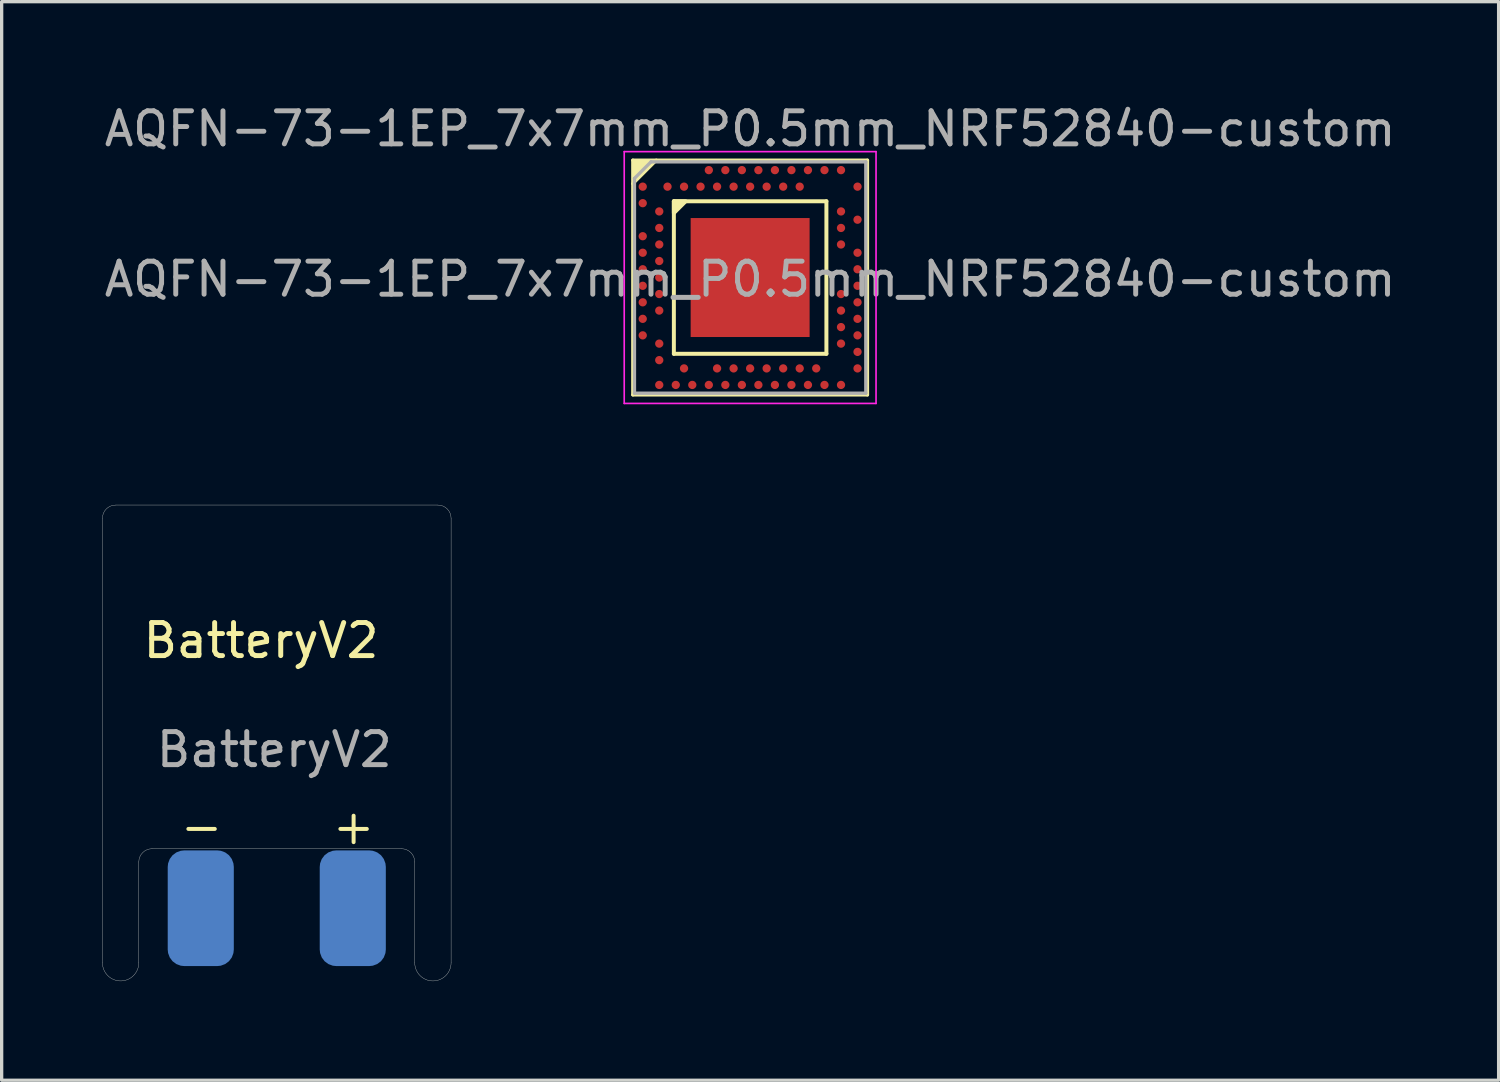
<source format=kicad_pcb>
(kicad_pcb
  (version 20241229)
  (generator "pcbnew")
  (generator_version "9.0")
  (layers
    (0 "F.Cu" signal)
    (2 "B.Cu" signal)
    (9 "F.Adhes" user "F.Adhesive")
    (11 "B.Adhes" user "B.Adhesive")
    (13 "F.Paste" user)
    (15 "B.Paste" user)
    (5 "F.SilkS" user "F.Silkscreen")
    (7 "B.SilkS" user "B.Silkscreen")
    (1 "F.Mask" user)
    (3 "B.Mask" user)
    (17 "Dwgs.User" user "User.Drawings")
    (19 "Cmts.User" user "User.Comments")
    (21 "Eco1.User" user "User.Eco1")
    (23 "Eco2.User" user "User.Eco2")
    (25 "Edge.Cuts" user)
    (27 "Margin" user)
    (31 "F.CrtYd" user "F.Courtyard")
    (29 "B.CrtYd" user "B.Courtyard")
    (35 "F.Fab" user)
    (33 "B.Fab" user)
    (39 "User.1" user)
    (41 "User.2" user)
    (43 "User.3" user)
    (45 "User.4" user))
  (footprint "AQFN-73-1EP_7x7mm_P0.5mm_NRF52840-custom"
    (layer "F.Cu")
    (at 19.649 5.348)
    (property "Reference" "AQFN-73-1EP_7x7mm_P0.5mm_NRF52840-custom" (at 0 -4.5 0) (layer "F.Fab") (effects (font (size 1 1) (thickness 0.15))))
    (attr smd)
    (fp_line (start -3.55 -3.55) (end 3.55 -3.55) (stroke (width 0.1) (type solid)) (layer "F.SilkS"))
    (fp_line (start -3.55 -2.84) (end -2.84 -3.55) (stroke (width 0.1) (type solid)) (layer "F.SilkS"))
    (fp_line (start -3.55 3.55) (end -3.55 -3.55) (stroke (width 0.1) (type solid)) (layer "F.SilkS"))
    (fp_line (start -2.308 -2.308) (end -2.308 2.308) (stroke (width 0.12) (type solid)) (layer "F.SilkS"))
    (fp_line (start -2.308 2.308) (end 2.308 2.308) (stroke (width 0.12) (type solid)) (layer "F.SilkS"))
    (fp_line (start 2.308 -2.308) (end -2.308 -2.308) (stroke (width 0.12) (type solid)) (layer "F.SilkS"))
    (fp_line (start 2.308 2.308) (end 2.308 -2.308) (stroke (width 0.12) (type solid)) (layer "F.SilkS"))
    (fp_line (start 3.55 -3.55) (end 3.55 3.55) (stroke (width 0.1) (type solid)) (layer "F.SilkS"))
    (fp_line (start 3.55 3.55) (end -3.55 3.55) (stroke (width 0.1) (type solid)) (layer "F.SilkS"))
    (fp_poly (pts (xy -3.55 -2.84) (xy -3.55 -3.55) (xy -2.84 -3.55)) (stroke (width 0) (type solid)) (fill yes) (layer "F.SilkS"))
    (fp_poly (pts (xy -2.308 -1.952) (xy -2.308 -2.308) (xy -1.952 -2.308)) (stroke (width 0.12) (type solid)) (fill yes) (layer "F.SilkS"))
    (fp_line (start -3.81 -3.81) (end 3.81 -3.81) (stroke (width 0.05) (type solid)) (layer "F.CrtYd"))
    (fp_line (start -3.81 3.81) (end -3.81 -3.81) (stroke (width 0.05) (type solid)) (layer "F.CrtYd"))
    (fp_line (start 3.81 -3.81) (end 3.81 3.81) (stroke (width 0.05) (type solid)) (layer "F.CrtYd"))
    (fp_line (start 3.81 3.81) (end -3.81 3.81) (stroke (width 0.05) (type solid)) (layer "F.CrtYd"))
    (fp_line (start -3.5 -3) (end -3.5 3.5) (stroke (width 0.1) (type solid)) (layer "F.Fab"))
    (fp_line (start -3.5 -3) (end -3 -3.5) (stroke (width 0.1) (type solid)) (layer "F.Fab"))
    (fp_line (start -3.5 3.5) (end 3.5 3.5) (stroke (width 0.1) (type solid)) (layer "F.Fab"))
    (fp_line (start -3 -3.5) (end 3.5 -3.5) (stroke (width 0.1) (type solid)) (layer "F.Fab"))
    (fp_line (start 3.5 -3.5) (end 3.5 3.5) (stroke (width 0.1) (type solid)) (layer "F.Fab"))
    (fp_text user "${REFERENCE}" (at 0 0.05 0) (layer "F.Fab") (effects (font (size 1 1) (thickness 0.15))))
    (pad "" smd roundrect (at -1.5 -1.5 180) (size 0.575 0.575) (layers "F.Paste") (roundrect_rratio 0.15))
    (pad "" smd roundrect (at -1.5 -0.5 180) (size 0.575 0.575) (layers "F.Paste") (roundrect_rratio 0.15))
    (pad "" smd roundrect (at -1.5 0.5 180) (size 0.575 0.575) (layers "F.Paste") (roundrect_rratio 0.15))
    (pad "" smd roundrect (at -1.5 1.5 180) (size 0.575 0.575) (layers "F.Paste") (roundrect_rratio 0.15))
    (pad "" smd roundrect (at -0.5 -1.5 180) (size 0.575 0.575) (layers "F.Paste") (roundrect_rratio 0.15))
    (pad "" smd roundrect (at -0.5 -0.5 180) (size 0.575 0.575) (layers "F.Paste") (roundrect_rratio 0.15))
    (pad "" smd roundrect (at -0.5 0.5 180) (size 0.575 0.575) (layers "F.Paste") (roundrect_rratio 0.15))
    (pad "" smd roundrect (at -0.5 1.5 180) (size 0.575 0.575) (layers "F.Paste") (roundrect_rratio 0.15))
    (pad "" smd roundrect (at 0.5 -1.5 180) (size 0.575 0.575) (layers "F.Paste") (roundrect_rratio 0.15))
    (pad "" smd roundrect (at 0.5 -0.5 180) (size 0.575 0.575) (layers "F.Paste") (roundrect_rratio 0.15))
    (pad "" smd roundrect (at 0.5 0.5 180) (size 0.575 0.575) (layers "F.Paste") (roundrect_rratio 0.15))
    (pad "" smd roundrect (at 0.5 1.5 180) (size 0.575 0.575) (layers "F.Paste") (roundrect_rratio 0.15))
    (pad "" smd roundrect (at 1.5 -1.5 180) (size 0.575 0.575) (layers "F.Paste") (roundrect_rratio 0.15))
    (pad "" smd roundrect (at 1.5 -0.5 180) (size 0.575 0.575) (layers "F.Paste") (roundrect_rratio 0.15))
    (pad "" smd roundrect (at 1.5 0.5 180) (size 0.575 0.575) (layers "F.Paste") (roundrect_rratio 0.15))
    (pad "" smd roundrect (at 1.5 1.5 180) (size 0.575 0.575) (layers "F.Paste") (roundrect_rratio 0.15))
    (pad "A8" smd circle (at -1.25 -3.25 180) (size 0.25 0.25) (layers "F.Cu" "F.Mask" "F.Paste"))
    (pad "A10" smd circle (at -0.75 -3.25 180) (size 0.25 0.25) (layers "F.Cu" "F.Mask" "F.Paste"))
    (pad "A12" smd circle (at -0.25 -3.25 180) (size 0.25 0.25) (layers "F.Cu" "F.Mask" "F.Paste"))
    (pad "A14" smd circle (at 0.25 -3.25 180) (size 0.25 0.25) (layers "F.Cu" "F.Mask" "F.Paste"))
    (pad "A16" smd circle (at 0.75 -3.25 180) (size 0.25 0.25) (layers "F.Cu" "F.Mask" "F.Paste"))
    (pad "A18" smd circle (at 1.25 -3.25 180) (size 0.25 0.25) (layers "F.Cu" "F.Mask" "F.Paste"))
    (pad "A20" smd circle (at 1.75 -3.25 180) (size 0.25 0.25) (layers "F.Cu" "F.Mask" "F.Paste"))
    (pad "A22" smd circle (at 2.25 -3.25 180) (size 0.25 0.25) (layers "F.Cu" "F.Mask" "F.Paste"))
    (pad "A23" smd circle (at 2.75 -3.25 180) (size 0.25 0.25) (layers "F.Cu" "F.Mask" "F.Paste"))
    (pad "AA24" smd circle (at 3.25 2.25 180) (size 0.25 0.25) (layers "F.Cu" "F.Mask" "F.Paste"))
    (pad "AB2" smd circle (at -2.75 2.5 180) (size 0.25 0.25) (layers "F.Cu" "F.Mask" "F.Paste"))
    (pad "AC5" smd circle (at -2 2.75 180) (size 0.25 0.25) (layers "F.Cu" "F.Mask" "F.Paste"))
    (pad "AC9" smd circle (at -1 2.75 180) (size 0.25 0.25) (layers "F.Cu" "F.Mask" "F.Paste"))
    (pad "AC11" smd circle (at -0.5 2.75 180) (size 0.25 0.25) (layers "F.Cu" "F.Mask" "F.Paste"))
    (pad "AC13" smd circle (at 0 2.75 180) (size 0.25 0.25) (layers "F.Cu" "F.Mask" "F.Paste"))
    (pad "AC15" smd circle (at 0.5 2.75 180) (size 0.25 0.25) (layers "F.Cu" "F.Mask" "F.Paste"))
    (pad "AC17" smd circle (at 1 2.75 180) (size 0.25 0.25) (layers "F.Cu" "F.Mask" "F.Paste"))
    (pad "AC19" smd circle (at 1.5 2.75 180) (size 0.25 0.25) (layers "F.Cu" "F.Mask" "F.Paste"))
    (pad "AC21" smd circle (at 2 2.75 180) (size 0.25 0.25) (layers "F.Cu" "F.Mask" "F.Paste"))
    (pad "AC24" smd circle (at 3.25 2.75 180) (size 0.25 0.25) (layers "F.Cu" "F.Mask" "F.Paste"))
    (pad "AD2" smd circle (at -2.75 3.25 180) (size 0.25 0.25) (layers "F.Cu" "F.Mask" "F.Paste"))
    (pad "AD4" smd circle (at -2.25 3.25 180) (size 0.25 0.25) (layers "F.Cu" "F.Mask" "F.Paste"))
    (pad "AD6" smd circle (at -1.75 3.25 180) (size 0.25 0.25) (layers "F.Cu" "F.Mask" "F.Paste"))
    (pad "AD8" smd circle (at -1.25 3.25 180) (size 0.25 0.25) (layers "F.Cu" "F.Mask" "F.Paste"))
    (pad "AD10" smd circle (at -0.75 3.25 180) (size 0.25 0.25) (layers "F.Cu" "F.Mask" "F.Paste"))
    (pad "AD12" smd circle (at -0.25 3.25 180) (size 0.25 0.25) (layers "F.Cu" "F.Mask" "F.Paste"))
    (pad "AD14" smd circle (at 0.25 3.25 180) (size 0.25 0.25) (layers "F.Cu" "F.Mask" "F.Paste"))
    (pad "AD16" smd circle (at 0.75 3.25 180) (size 0.25 0.25) (layers "F.Cu" "F.Mask" "F.Paste"))
    (pad "AD18" smd circle (at 1.25 3.25 180) (size 0.25 0.25) (layers "F.Cu" "F.Mask" "F.Paste"))
    (pad "AD20" smd circle (at 1.75 3.25 180) (size 0.25 0.25) (layers "F.Cu" "F.Mask" "F.Paste"))
    (pad "AD22" smd circle (at 2.25 3.25 180) (size 0.25 0.25) (layers "F.Cu" "F.Mask" "F.Paste"))
    (pad "AD23" smd circle (at 2.75 3.25 180) (size 0.25 0.25) (layers "F.Cu" "F.Mask" "F.Paste"))
    (pad "B1" smd circle (at -3.25 -2.75 180) (size 0.25 0.25) (layers "F.Cu" "F.Mask" "F.Paste"))
    (pad "B3" smd circle (at -2.5 -2.75 180) (size 0.25 0.25) (layers "F.Cu" "F.Mask" "F.Paste"))
    (pad "B5" smd circle (at -2 -2.75 180) (size 0.25 0.25) (layers "F.Cu" "F.Mask" "F.Paste"))
    (pad "B7" smd circle (at -1.5 -2.75 180) (size 0.25 0.25) (layers "F.Cu" "F.Mask" "F.Paste"))
    (pad "B9" smd circle (at -1 -2.75 180) (size 0.25 0.25) (layers "F.Cu" "F.Mask" "F.Paste"))
    (pad "B11" smd circle (at -0.5 -2.75 180) (size 0.25 0.25) (layers "F.Cu" "F.Mask" "F.Paste"))
    (pad "B13" smd circle (at 0 -2.75 180) (size 0.25 0.25) (layers "F.Cu" "F.Mask" "F.Paste"))
    (pad "B15" smd circle (at 0.5 -2.75 180) (size 0.25 0.25) (layers "F.Cu" "F.Mask" "F.Paste"))
    (pad "B17" smd circle (at 1 -2.75 180) (size 0.25 0.25) (layers "F.Cu" "F.Mask" "F.Paste"))
    (pad "B19" smd circle (at 1.5 -2.75 180) (size 0.25 0.25) (layers "F.Cu" "F.Mask" "F.Paste"))
    (pad "B24" smd circle (at 3.25 -2.75 180) (size 0.25 0.25) (layers "F.Cu" "F.Mask" "F.Paste"))
    (pad "C1" smd circle (at -3.25 -2.25 180) (size 0.25 0.25) (layers "F.Cu" "F.Mask" "F.Paste"))
    (pad "D2" smd circle (at -2.75 -2 180) (size 0.25 0.25) (layers "F.Cu" "F.Mask" "F.Paste"))
    (pad "D23" smd circle (at 2.75 -2 180) (size 0.25 0.25) (layers "F.Cu" "F.Mask" "F.Paste"))
    (pad "E24" smd circle (at 3.25 -1.75 180) (size 0.25 0.25) (layers "F.Cu" "F.Mask" "F.Paste"))
    (pad "EP" smd rect (at 0 0 180) (size 3.6 3.6) (layers "F.Cu" "F.Mask"))
    (pad "F2" smd circle (at -2.75 -1.5 180) (size 0.25 0.25) (layers "F.Cu" "F.Mask" "F.Paste"))
    (pad "F23" smd circle (at 2.75 -1.5 180) (size 0.25 0.25) (layers "F.Cu" "F.Mask" "F.Paste"))
    (pad "G1" smd circle (at -3.25 -1.25 180) (size 0.25 0.25) (layers "F.Cu" "F.Mask" "F.Paste"))
    (pad "H2" smd circle (at -2.75 -1 180) (size 0.25 0.25) (layers "F.Cu" "F.Mask" "F.Paste"))
    (pad "H23" smd circle (at 2.75 -1 180) (size 0.25 0.25) (layers "F.Cu" "F.Mask" "F.Paste"))
    (pad "J1" smd circle (at -3.25 -0.75 180) (size 0.25 0.25) (layers "F.Cu" "F.Mask" "F.Paste"))
    (pad "J24" smd circle (at 3.25 -0.75 180) (size 0.25 0.25) (layers "F.Cu" "F.Mask" "F.Paste"))
    (pad "K2" smd circle (at -2.75 -0.5 180) (size 0.25 0.25) (layers "F.Cu" "F.Mask" "F.Paste"))
    (pad "L1" smd circle (at -3.25 -0.25 180) (size 0.25 0.25) (layers "F.Cu" "F.Mask" "F.Paste"))
    (pad "L24" smd circle (at 3.25 -0.25 180) (size 0.25 0.25) (layers "F.Cu" "F.Mask" "F.Paste"))
    (pad "M2" smd circle (at -2.75 0 180) (size 0.25 0.25) (layers "F.Cu" "F.Mask" "F.Paste"))
    (pad "N1" smd circle (at -3.25 0.25 180) (size 0.25 0.25) (layers "F.Cu" "F.Mask" "F.Paste"))
    (pad "N24" smd circle (at 3.25 0.25 180) (size 0.25 0.25) (layers "F.Cu" "F.Mask" "F.Paste"))
    (pad "P2" smd circle (at -2.75 0.5 180) (size 0.25 0.25) (layers "F.Cu" "F.Mask" "F.Paste"))
    (pad "P23" smd circle (at 2.75 0.5 180) (size 0.25 0.25) (layers "F.Cu" "F.Mask" "F.Paste"))
    (pad "R1" smd circle (at -3.25 0.75 180) (size 0.25 0.25) (layers "F.Cu" "F.Mask" "F.Paste"))
    (pad "R24" smd circle (at 3.25 0.75 180) (size 0.25 0.25) (layers "F.Cu" "F.Mask" "F.Paste"))
    (pad "T2" smd circle (at -2.75 1 180) (size 0.25 0.25) (layers "F.Cu" "F.Mask" "F.Paste"))
    (pad "T23" smd circle (at 2.75 1 180) (size 0.25 0.25) (layers "F.Cu" "F.Mask" "F.Paste"))
    (pad "U1" smd circle (at -3.25 1.25 180) (size 0.25 0.25) (layers "F.Cu" "F.Mask" "F.Paste"))
    (pad "U24" smd circle (at 3.25 1.25 180) (size 0.25 0.25) (layers "F.Cu" "F.Mask" "F.Paste"))
    (pad "V23" smd circle (at 2.75 1.5 180) (size 0.25 0.25) (layers "F.Cu" "F.Mask" "F.Paste"))
    (pad "W1" smd circle (at -3.25 1.75 180) (size 0.25 0.25) (layers "F.Cu" "F.Mask" "F.Paste"))
    (pad "W24" smd circle (at 3.25 1.75 180) (size 0.25 0.25) (layers "F.Cu" "F.Mask" "F.Paste"))
    (pad "Y2" smd circle (at -2.75 2 180) (size 0.25 0.25) (layers "F.Cu" "F.Mask" "F.Paste"))
    (pad "Y23" smd circle (at 2.75 2 180) (size 0.25 0.25) (layers "F.Cu" "F.Mask" "F.Paste")))
  (footprint "BatteryV2"
    (layer "F.Cu")
    (at 0.25 12.433)
    (property "Reference" "BatteryV2" (at 4.6 3.9 0) (unlocked yes) (layer "F.SilkS") (effects (font (size 1 1) (thickness 0.15))))
    (attr smd)
    (fp_line (start 2.4 9.6) (end 3.2 9.6) (stroke (width 0.12) (type solid)) (layer "F.SilkS"))
    (fp_line (start 7 9.6) (end 7.8 9.6) (stroke (width 0.12) (type solid)) (layer "F.SilkS"))
    (fp_line (start 7.4 10) (end 7.4 9.2) (stroke (width 0.12) (type solid)) (layer "F.SilkS"))
    (fp_line (start -0.2 0.2) (end -0.2 13.65) (stroke (width 0.01) (type solid)) (layer "Edge.Cuts"))
    (fp_line (start 0.9 13.65) (end 0.9 10.6) (stroke (width 0.01) (type solid)) (layer "Edge.Cuts"))
    (fp_line (start 8.85 10.2) (end 1.3 10.2) (stroke (width 0.01) (type solid)) (layer "Edge.Cuts"))
    (fp_line (start 9.25 10.6) (end 9.25 13.65) (stroke (width 0.01) (type solid)) (layer "Edge.Cuts"))
    (fp_line (start 9.95 -0.2) (end 0.2 -0.2) (stroke (width 0.01) (type solid)) (layer "Edge.Cuts"))
    (fp_line (start 10.35 13.65) (end 10.35 0.2) (stroke (width 0.01) (type solid)) (layer "Edge.Cuts"))
    (fp_arc (start -0.2 0.2) (mid -0.082842 -0.082842) (end 0.2 -0.2) (stroke (width 0.01) (type solid)) (layer "Edge.Cuts"))
    (fp_arc (start 0.9 13.65) (mid 0.35 14.2) (end -0.2 13.65) (stroke (width 0.01) (type solid)) (layer "Edge.Cuts"))
    (fp_arc (start 0.900002 10.6) (mid 1.01716 10.317158) (end 1.300002 10.2) (stroke (width 0.01) (type solid)) (layer "Edge.Cuts"))
    (fp_arc (start 8.85 10.200002) (mid 9.132842 10.31716) (end 9.25 10.600002) (stroke (width 0.01) (type solid)) (layer "Edge.Cuts"))
    (fp_arc (start 9.95 -0.2) (mid 10.232842 -0.082842) (end 10.35 0.2) (stroke (width 0.01) (type solid)) (layer "Edge.Cuts"))
    (fp_arc (start 10.35 13.65) (mid 9.8 14.2) (end 9.25 13.65) (stroke (width 0.01) (type solid)) (layer "Edge.Cuts"))
    (fp_text user "${REFERENCE}" (at 5 7.2 0) (unlocked yes) (layer "F.Fab") (effects (font (size 1 1) (thickness 0.15))))
    (pad "1" smd roundrect (at 2.775 12) (size 2 3.5) (layers "B.Cu" "B.Mask" "B.Paste") (roundrect_rratio 0.25))
    (pad "2" smd roundrect (at 7.375 12 180) (size 2 3.5) (layers "B.Cu" "B.Mask" "B.Paste") (roundrect_rratio 0.25)))
  (gr_rect
    (start -3 -3)
    (end 42.298 29.638)
    (stroke (width 0.1) (type default))
    (fill no)
    (layer "Edge.Cuts")))
</source>
